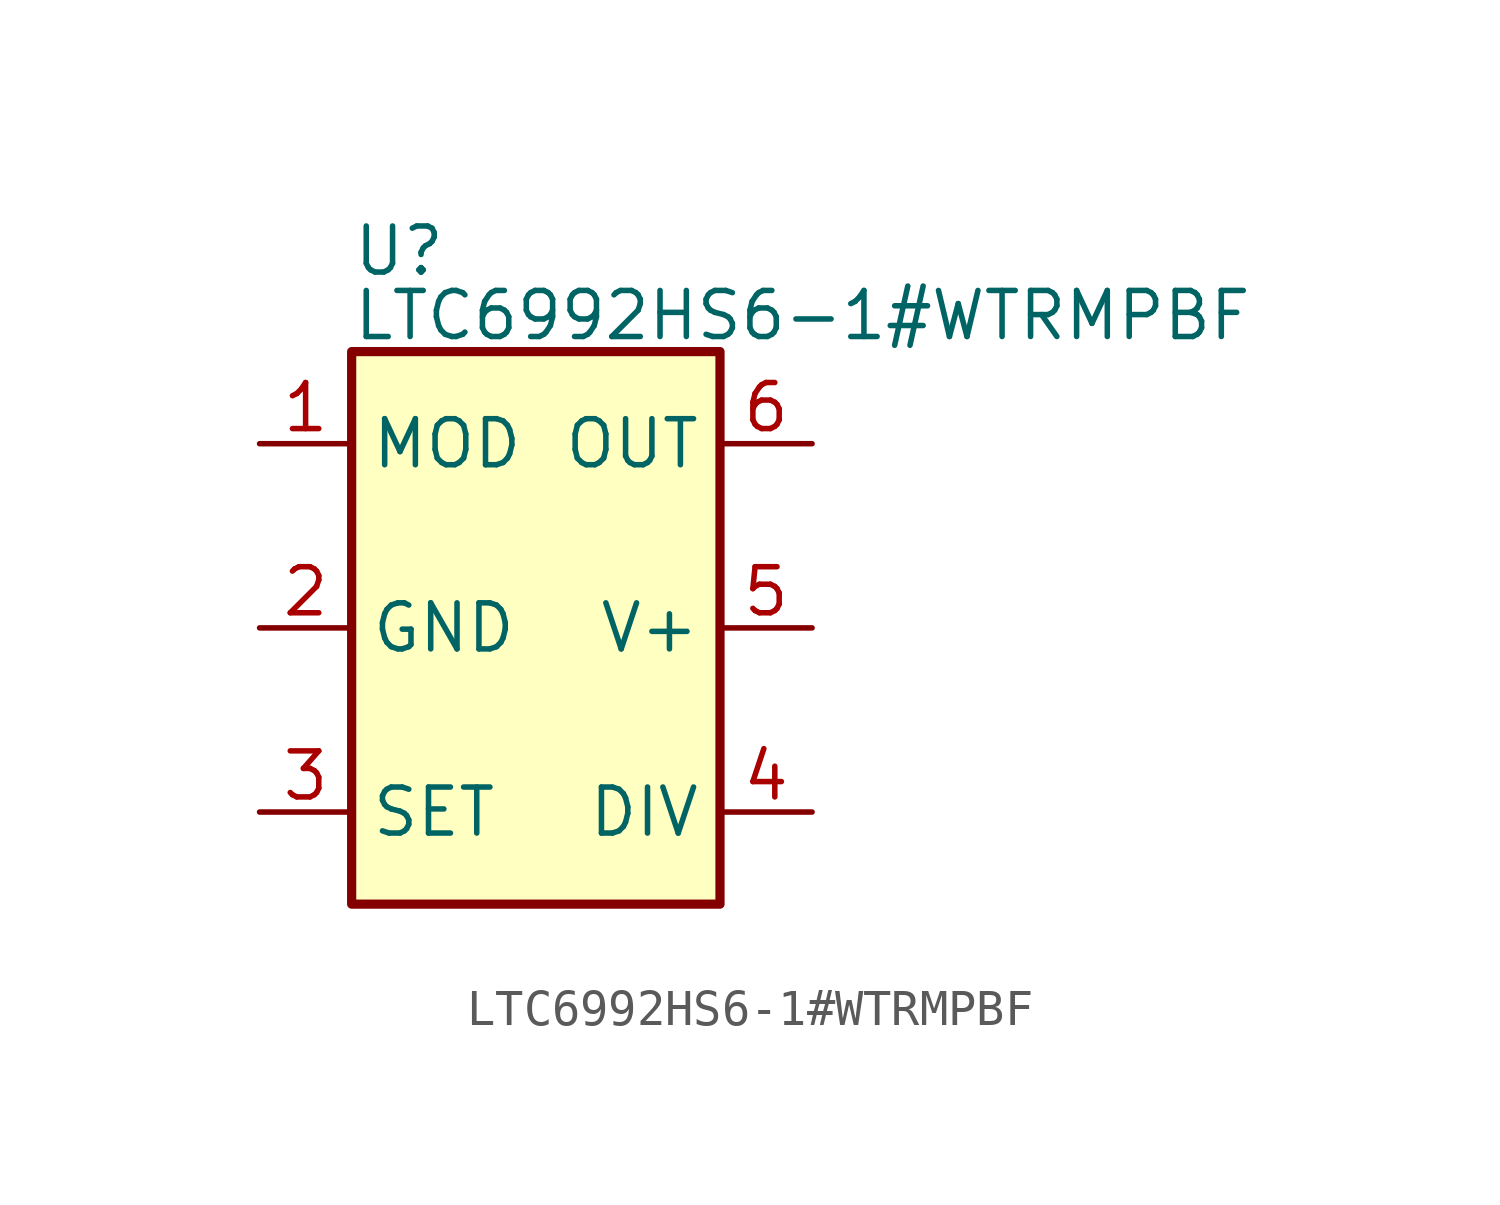
<source format=kicad_sym>
(kicad_symbol_lib
  (version 20241209)
  (generator "kicad_symbol_editor")
  (generator_version "9.0")
  (symbol "LTC6992HS6-1#WTRMPBF"
    (property "Reference" "U"
      (at -5.08 9.652 0)
      (effects (font (size 1.27 1.27)) (justify left bottom)))
    (property "Value" "LTC6992HS6-1#WTRMPBF"
      (at -5.08 7.874 0)
      (effects (font (size 1.27 1.27)) (justify left bottom)))
    (symbol "LTC6992HS6-1#WTRMPBF_0_1"
      (rectangle (start -5.08 7.62) (end 5.08 -7.62) (stroke (width 0.254) (type default)) (fill (type background))))
    (symbol "LTC6992HS6-1#WTRMPBF_1_1"
      (pin input line (at -7.62 5.08 0) (length 2.54) (name "MOD" (effects (font (size 1.27 1.27)))) (number "1" (effects (font (size 1.27 1.27)))))
      (pin power_in line (at -7.62 0 0) (length 2.54) (name "GND" (effects (font (size 1.27 1.27)))) (number "2" (effects (font (size 1.27 1.27)))))
      (pin passive line (at -7.62 -5.08 0) (length 2.54) (name "SET" (effects (font (size 1.27 1.27)))) (number "3" (effects (font (size 1.27 1.27)))))
      (pin output line (at 7.62 5.08 180) (length 2.54) (name "OUT" (effects (font (size 1.27 1.27)))) (number "6" (effects (font (size 1.27 1.27)))))
      (pin power_in line (at 7.62 0 180) (length 2.54) (name "V+" (effects (font (size 1.27 1.27)))) (number "5" (effects (font (size 1.27 1.27)))))
      (pin input line (at 7.62 -5.08 180) (length 2.54) (name "DIV" (effects (font (size 1.27 1.27)))) (number "4" (effects (font (size 1.27 1.27))))))))
</source>
